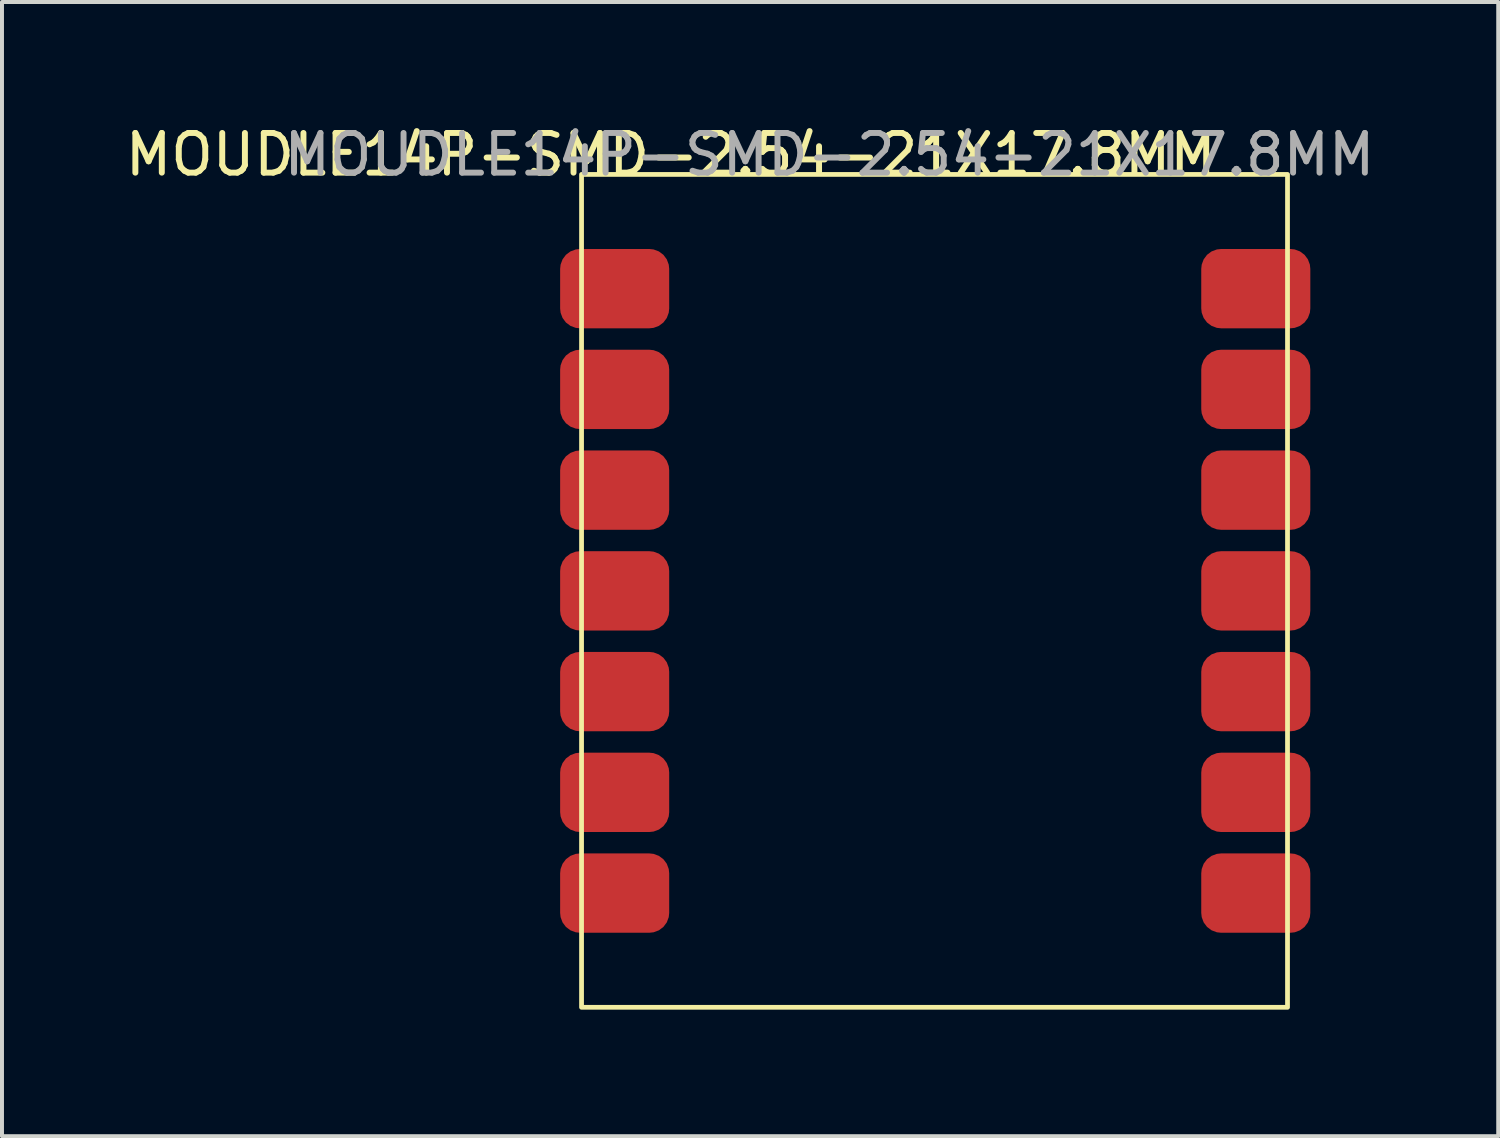
<source format=kicad_pcb>
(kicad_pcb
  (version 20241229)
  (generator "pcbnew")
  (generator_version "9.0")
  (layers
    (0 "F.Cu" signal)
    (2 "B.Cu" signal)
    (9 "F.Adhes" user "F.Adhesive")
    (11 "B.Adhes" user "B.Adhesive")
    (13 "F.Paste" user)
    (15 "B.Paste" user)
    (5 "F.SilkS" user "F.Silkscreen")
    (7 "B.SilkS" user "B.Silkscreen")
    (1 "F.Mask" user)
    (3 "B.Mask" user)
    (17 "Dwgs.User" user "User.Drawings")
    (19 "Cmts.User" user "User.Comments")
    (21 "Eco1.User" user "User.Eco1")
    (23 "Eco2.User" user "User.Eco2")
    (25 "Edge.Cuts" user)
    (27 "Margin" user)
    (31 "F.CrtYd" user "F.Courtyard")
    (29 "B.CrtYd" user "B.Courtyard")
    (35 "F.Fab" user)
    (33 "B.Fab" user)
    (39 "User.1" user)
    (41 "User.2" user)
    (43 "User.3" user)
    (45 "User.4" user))
  (footprint "MOUDLE14P-SMD-2.54-21X17.8MM"
    (layer "F.Cu")
    (at 11.613 22.348)
    (property "Reference" "MOUDLE14P-SMD-2.54-21X17.8MM" (at 2.25 -21.5 0) (unlocked yes) (layer "F.SilkS") (effects (font (size 1 1) (thickness 0.15))))
    (attr smd)
    (fp_rect (start 0 -21) (end 17.8 0) (stroke (width 0.12) (type solid)) (fill no) (layer "F.SilkS"))
    (fp_text user "${REFERENCE}" (at 6.25 -21.5 0) (unlocked yes) (layer "F.Fab") (effects (font (size 1 1) (thickness 0.15))))
    (pad "1" smd roundrect (at 0.835 -18.12) (size 2.75 2) (layers "F.Cu" "F.Mask" "F.Paste") (roundrect_rratio 0.25))
    (pad "2" smd roundrect (at 0.835 -15.58) (size 2.75 2) (layers "F.Cu" "F.Mask" "F.Paste") (roundrect_rratio 0.25))
    (pad "3" smd roundrect (at 0.835 -13.04) (size 2.75 2) (layers "F.Cu" "F.Mask" "F.Paste") (roundrect_rratio 0.25))
    (pad "4" smd roundrect (at 0.835 -10.5) (size 2.75 2) (layers "F.Cu" "F.Mask" "F.Paste") (roundrect_rratio 0.25))
    (pad "5" smd roundrect (at 0.835 -7.96) (size 2.75 2) (layers "F.Cu" "F.Mask" "F.Paste") (roundrect_rratio 0.25))
    (pad "6" smd roundrect (at 0.835 -5.42) (size 2.75 2) (layers "F.Cu" "F.Mask" "F.Paste") (roundrect_rratio 0.25))
    (pad "7" smd roundrect (at 0.835 -2.88) (size 2.75 2) (layers "F.Cu" "F.Mask" "F.Paste") (roundrect_rratio 0.25))
    (pad "8" smd roundrect (at 17 -2.88) (size 2.75 2) (layers "F.Cu" "F.Mask" "F.Paste") (roundrect_rratio 0.25))
    (pad "9" smd roundrect (at 17 -5.42) (size 2.75 2) (layers "F.Cu" "F.Mask" "F.Paste") (roundrect_rratio 0.25))
    (pad "10" smd roundrect (at 17 -7.96) (size 2.75 2) (layers "F.Cu" "F.Mask" "F.Paste") (roundrect_rratio 0.25))
    (pad "11" smd roundrect (at 17 -10.5) (size 2.75 2) (layers "F.Cu" "F.Mask" "F.Paste") (roundrect_rratio 0.25))
    (pad "12" smd roundrect (at 17 -13.04) (size 2.75 2) (layers "F.Cu" "F.Mask" "F.Paste") (roundrect_rratio 0.25))
    (pad "13" smd roundrect (at 17 -15.58) (size 2.75 2) (layers "F.Cu" "F.Mask" "F.Paste") (roundrect_rratio 0.25))
    (pad "14" smd roundrect (at 17 -18.12) (size 2.75 2) (layers "F.Cu" "F.Mask" "F.Paste") (roundrect_rratio 0.25)))
  (gr_rect
    (start -3 -3)
    (end 34.726 25.598)
    (stroke (width 0.1) (type default))
    (fill no)
    (layer "Edge.Cuts")))
</source>
